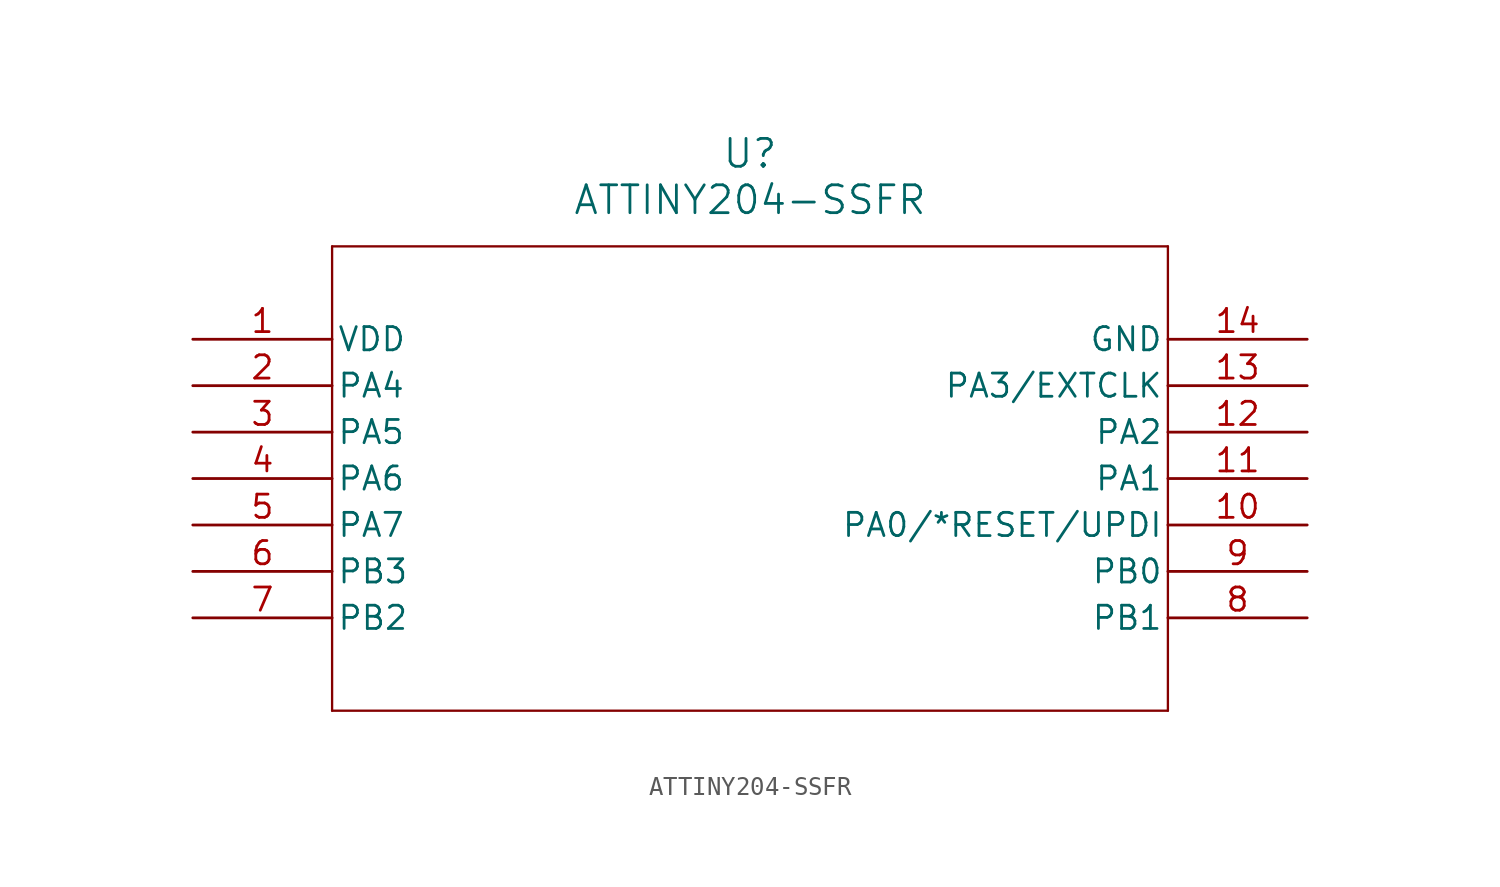
<source format=kicad_sym>
(kicad_symbol_lib
  (version 20211014)
  (generator kicad_symbol_editor)
  (symbol "ATTINY204-SSFR"
    (pin_names
      (offset 0.254))
    (property "Reference" "U"
      (at 30.48 10.16 0)
      (effects (font (size 1.524 1.524))))
    (property "Value" "ATTINY204-SSFR"
      (at 30.48 7.62 0)
      (effects (font (size 1.524 1.524))))
    (symbol "ATTINY204-SSFR_0_1"
      (polyline (pts (xy 7.62 5.08) (xy 7.62 -20.32)) (stroke (width 0.127) (type default) (color 0 0 0 0)) (fill (type none)))
      (polyline (pts (xy 7.62 -20.32) (xy 53.34 -20.32)) (stroke (width 0.127) (type default) (color 0 0 0 0)) (fill (type none)))
      (polyline (pts (xy 53.34 -20.32) (xy 53.34 5.08)) (stroke (width 0.127) (type default) (color 0 0 0 0)) (fill (type none)))
      (polyline (pts (xy 53.34 5.08) (xy 7.62 5.08)) (stroke (width 0.127) (type default) (color 0 0 0 0)) (fill (type none)))
      (pin power_in line (at 0 0 0) (length 7.62) (name "VDD" (effects (font (size 1.27 1.27)))) (number "1" (effects (font (size 1.27 1.27)))))
      (pin bidirectional line (at 0 -2.54 0) (length 7.62) (name "PA4" (effects (font (size 1.27 1.27)))) (number "2" (effects (font (size 1.27 1.27)))))
      (pin bidirectional line (at 0 -5.08 0) (length 7.62) (name "PA5" (effects (font (size 1.27 1.27)))) (number "3" (effects (font (size 1.27 1.27)))))
      (pin bidirectional line (at 0 -7.62 0) (length 7.62) (name "PA6" (effects (font (size 1.27 1.27)))) (number "4" (effects (font (size 1.27 1.27)))))
      (pin bidirectional line (at 0 -10.16 0) (length 7.62) (name "PA7" (effects (font (size 1.27 1.27)))) (number "5" (effects (font (size 1.27 1.27)))))
      (pin bidirectional line (at 0 -12.7 0) (length 7.62) (name "PB3" (effects (font (size 1.27 1.27)))) (number "6" (effects (font (size 1.27 1.27)))))
      (pin bidirectional line (at 0 -15.24 0) (length 7.62) (name "PB2" (effects (font (size 1.27 1.27)))) (number "7" (effects (font (size 1.27 1.27)))))
      (pin bidirectional line (at 60.96 -15.24 180) (length 7.62) (name "PB1" (effects (font (size 1.27 1.27)))) (number "8" (effects (font (size 1.27 1.27)))))
      (pin bidirectional line (at 60.96 -12.7 180) (length 7.62) (name "PB0" (effects (font (size 1.27 1.27)))) (number "9" (effects (font (size 1.27 1.27)))))
      (pin bidirectional line (at 60.96 -10.16 180) (length 7.62) (name "PA0/*RESET/UPDI" (effects (font (size 1.27 1.27)))) (number "10" (effects (font (size 1.27 1.27)))))
      (pin bidirectional line (at 60.96 -7.62 180) (length 7.62) (name "PA1" (effects (font (size 1.27 1.27)))) (number "11" (effects (font (size 1.27 1.27)))))
      (pin bidirectional line (at 60.96 -5.08 180) (length 7.62) (name "PA2" (effects (font (size 1.27 1.27)))) (number "12" (effects (font (size 1.27 1.27)))))
      (pin bidirectional line (at 60.96 -2.54 180) (length 7.62) (name "PA3/EXTCLK" (effects (font (size 1.27 1.27)))) (number "13" (effects (font (size 1.27 1.27)))))
      (pin power_out line (at 60.96 0 180) (length 7.62) (name "GND" (effects (font (size 1.27 1.27)))) (number "14" (effects (font (size 1.27 1.27))))))))
</source>
